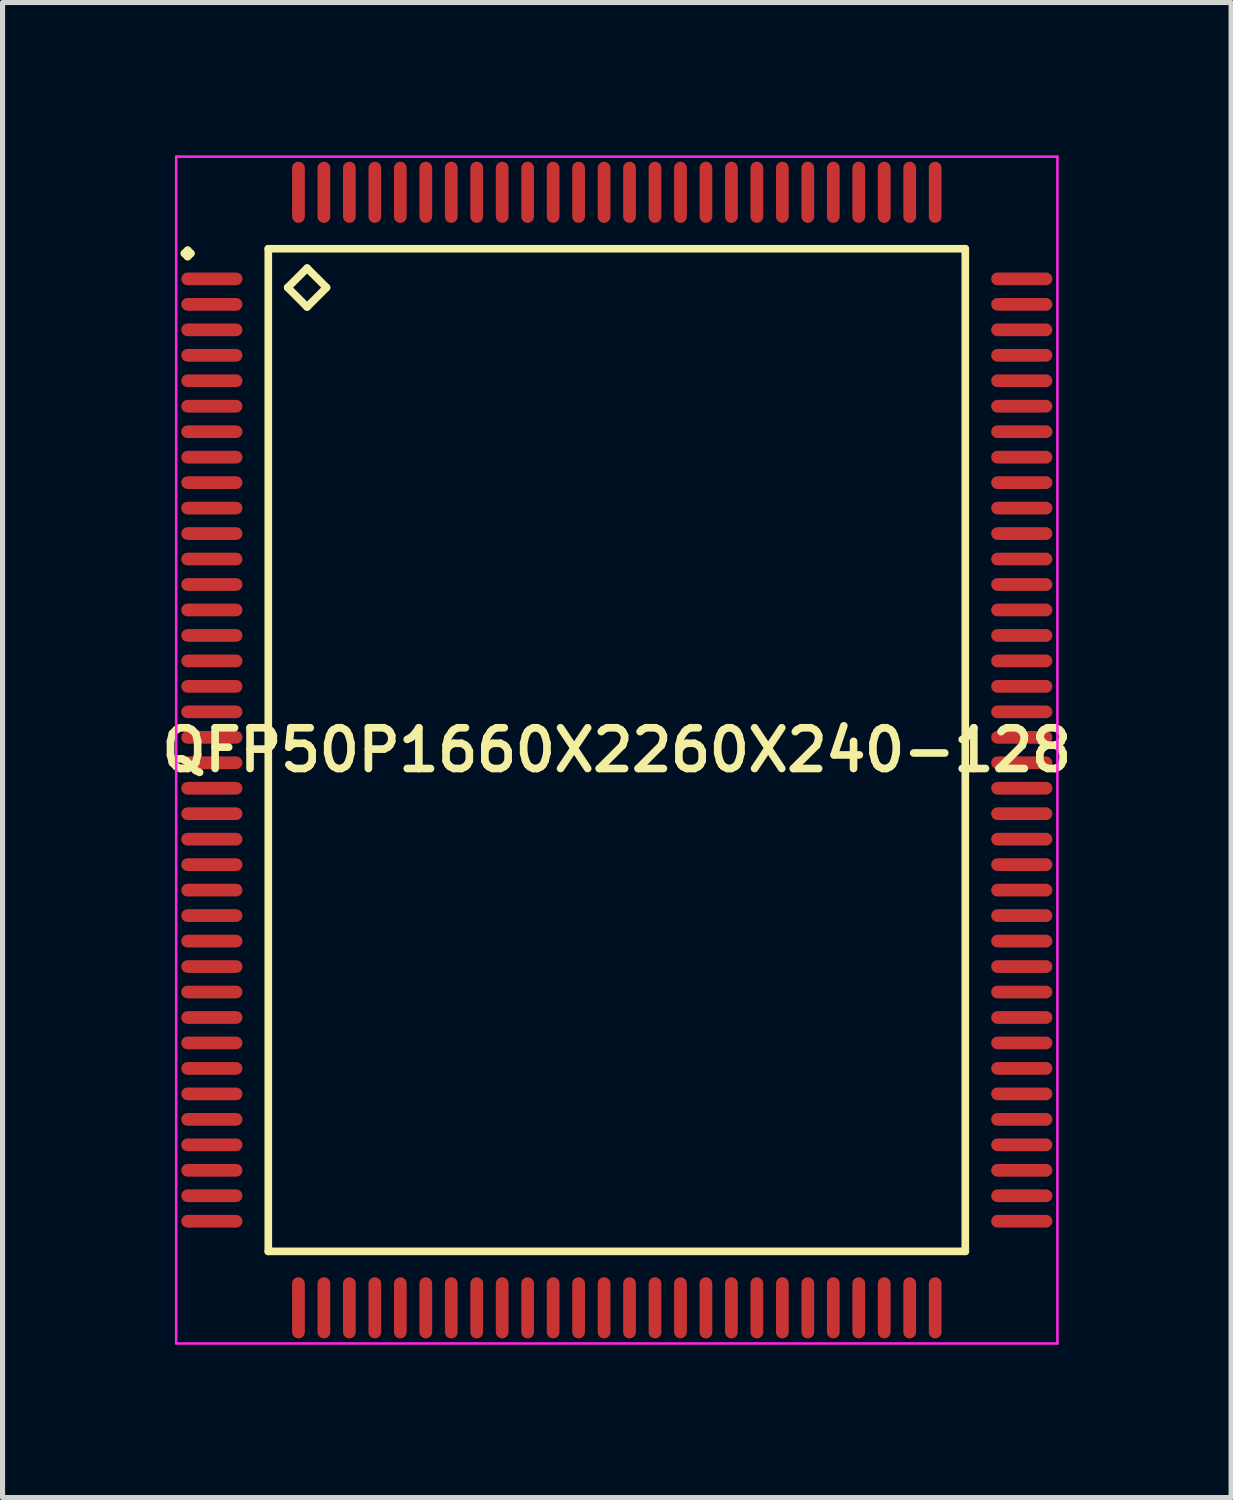
<source format=kicad_pcb>
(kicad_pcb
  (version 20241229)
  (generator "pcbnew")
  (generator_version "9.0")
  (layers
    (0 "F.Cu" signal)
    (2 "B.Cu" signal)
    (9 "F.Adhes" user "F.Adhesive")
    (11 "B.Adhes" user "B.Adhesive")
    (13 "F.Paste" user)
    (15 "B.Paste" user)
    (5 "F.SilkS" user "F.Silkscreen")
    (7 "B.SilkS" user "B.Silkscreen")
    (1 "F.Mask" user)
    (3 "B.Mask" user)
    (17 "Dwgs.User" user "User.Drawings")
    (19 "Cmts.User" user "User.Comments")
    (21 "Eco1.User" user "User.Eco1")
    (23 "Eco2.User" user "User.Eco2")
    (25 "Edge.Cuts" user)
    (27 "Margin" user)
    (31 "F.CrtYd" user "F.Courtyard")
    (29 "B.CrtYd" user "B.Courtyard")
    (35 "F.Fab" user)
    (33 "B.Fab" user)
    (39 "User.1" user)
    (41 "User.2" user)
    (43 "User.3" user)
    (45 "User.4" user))
  (footprint "QFP50P1660X2260X240-128"
    (layer "F.Cu")
    (at 9.059 11.675)
    (property "Reference" "QFP50P1660X2260X240-128" (at 0 0 0) (layer "F.SilkS") (effects (font (size 0.8 0.8) (thickness 0.15))))
    (attr smd)
    (fp_line (start -8.488 -9.75) (end -8.425 -9.812) (stroke (width 0.15) (type solid)) (layer "F.SilkS"))
    (fp_line (start -8.425 -9.812) (end -8.363 -9.75) (stroke (width 0.15) (type solid)) (layer "F.SilkS"))
    (fp_line (start -8.425 -9.688) (end -8.488 -9.75) (stroke (width 0.15) (type solid)) (layer "F.SilkS"))
    (fp_line (start -8.363 -9.75) (end -8.425 -9.688) (stroke (width 0.15) (type solid)) (layer "F.SilkS"))
    (fp_line (start -6.842 -9.842) (end -6.842 9.842) (stroke (width 0.15) (type solid)) (layer "F.SilkS"))
    (fp_line (start -6.842 9.842) (end 6.842 9.842) (stroke (width 0.15) (type solid)) (layer "F.SilkS"))
    (fp_line (start -6.461 -9.08) (end -6.08 -9.461) (stroke (width 0.15) (type solid)) (layer "F.SilkS"))
    (fp_line (start -6.08 -9.461) (end -5.699 -9.08) (stroke (width 0.15) (type solid)) (layer "F.SilkS"))
    (fp_line (start -6.08 -8.699) (end -6.461 -9.08) (stroke (width 0.15) (type solid)) (layer "F.SilkS"))
    (fp_line (start -5.699 -9.08) (end -6.08 -8.699) (stroke (width 0.15) (type solid)) (layer "F.SilkS"))
    (fp_line (start 6.842 -9.842) (end -6.842 -9.842) (stroke (width 0.15) (type solid)) (layer "F.SilkS"))
    (fp_line (start 6.842 9.842) (end 6.842 -9.842) (stroke (width 0.15) (type solid)) (layer "F.SilkS"))
    (fp_line (start -8.65 -11.65) (end 8.65 -11.65) (stroke (width 0.05) (type solid)) (layer "F.CrtYd"))
    (fp_line (start -8.65 11.65) (end -8.65 -11.65) (stroke (width 0.05) (type solid)) (layer "F.CrtYd"))
    (fp_line (start 8.65 -11.65) (end 8.65 11.65) (stroke (width 0.05) (type solid)) (layer "F.CrtYd"))
    (fp_line (start 8.65 11.65) (end -8.65 11.65) (stroke (width 0.05) (type solid)) (layer "F.CrtYd"))
    (pad "1" smd oval (at -7.95 -9.25) (size 1.2 0.25) (layers "F.Cu" "F.Mask" "F.Paste"))
    (pad "2" smd oval (at -7.95 -8.75) (size 1.2 0.25) (layers "F.Cu" "F.Mask" "F.Paste"))
    (pad "3" smd oval (at -7.95 -8.25) (size 1.2 0.25) (layers "F.Cu" "F.Mask" "F.Paste"))
    (pad "4" smd oval (at -7.95 -7.75) (size 1.2 0.25) (layers "F.Cu" "F.Mask" "F.Paste"))
    (pad "5" smd oval (at -7.95 -7.25) (size 1.2 0.25) (layers "F.Cu" "F.Mask" "F.Paste"))
    (pad "6" smd oval (at -7.95 -6.75) (size 1.2 0.25) (layers "F.Cu" "F.Mask" "F.Paste"))
    (pad "7" smd oval (at -7.95 -6.25) (size 1.2 0.25) (layers "F.Cu" "F.Mask" "F.Paste"))
    (pad "8" smd oval (at -7.95 -5.75) (size 1.2 0.25) (layers "F.Cu" "F.Mask" "F.Paste"))
    (pad "9" smd oval (at -7.95 -5.25) (size 1.2 0.25) (layers "F.Cu" "F.Mask" "F.Paste"))
    (pad "10" smd oval (at -7.95 -4.75) (size 1.2 0.25) (layers "F.Cu" "F.Mask" "F.Paste"))
    (pad "11" smd oval (at -7.95 -4.25) (size 1.2 0.25) (layers "F.Cu" "F.Mask" "F.Paste"))
    (pad "12" smd oval (at -7.95 -3.75) (size 1.2 0.25) (layers "F.Cu" "F.Mask" "F.Paste"))
    (pad "13" smd oval (at -7.95 -3.25) (size 1.2 0.25) (layers "F.Cu" "F.Mask" "F.Paste"))
    (pad "14" smd oval (at -7.95 -2.75) (size 1.2 0.25) (layers "F.Cu" "F.Mask" "F.Paste"))
    (pad "15" smd oval (at -7.95 -2.25) (size 1.2 0.25) (layers "F.Cu" "F.Mask" "F.Paste"))
    (pad "16" smd oval (at -7.95 -1.75) (size 1.2 0.25) (layers "F.Cu" "F.Mask" "F.Paste"))
    (pad "17" smd oval (at -7.95 -1.25) (size 1.2 0.25) (layers "F.Cu" "F.Mask" "F.Paste"))
    (pad "18" smd oval (at -7.95 -0.75) (size 1.2 0.25) (layers "F.Cu" "F.Mask" "F.Paste"))
    (pad "19" smd oval (at -7.95 -0.25) (size 1.2 0.25) (layers "F.Cu" "F.Mask" "F.Paste"))
    (pad "20" smd oval (at -7.95 0.25) (size 1.2 0.25) (layers "F.Cu" "F.Mask" "F.Paste"))
    (pad "21" smd oval (at -7.95 0.75) (size 1.2 0.25) (layers "F.Cu" "F.Mask" "F.Paste"))
    (pad "22" smd oval (at -7.95 1.25) (size 1.2 0.25) (layers "F.Cu" "F.Mask" "F.Paste"))
    (pad "23" smd oval (at -7.95 1.75) (size 1.2 0.25) (layers "F.Cu" "F.Mask" "F.Paste"))
    (pad "24" smd oval (at -7.95 2.25) (size 1.2 0.25) (layers "F.Cu" "F.Mask" "F.Paste"))
    (pad "25" smd oval (at -7.95 2.75) (size 1.2 0.25) (layers "F.Cu" "F.Mask" "F.Paste"))
    (pad "26" smd oval (at -7.95 3.25) (size 1.2 0.25) (layers "F.Cu" "F.Mask" "F.Paste"))
    (pad "27" smd oval (at -7.95 3.75) (size 1.2 0.25) (layers "F.Cu" "F.Mask" "F.Paste"))
    (pad "28" smd oval (at -7.95 4.25) (size 1.2 0.25) (layers "F.Cu" "F.Mask" "F.Paste"))
    (pad "29" smd oval (at -7.95 4.75) (size 1.2 0.25) (layers "F.Cu" "F.Mask" "F.Paste"))
    (pad "30" smd oval (at -7.95 5.25) (size 1.2 0.25) (layers "F.Cu" "F.Mask" "F.Paste"))
    (pad "31" smd oval (at -7.95 5.75) (size 1.2 0.25) (layers "F.Cu" "F.Mask" "F.Paste"))
    (pad "32" smd oval (at -7.95 6.25) (size 1.2 0.25) (layers "F.Cu" "F.Mask" "F.Paste"))
    (pad "33" smd oval (at -7.95 6.75) (size 1.2 0.25) (layers "F.Cu" "F.Mask" "F.Paste"))
    (pad "34" smd oval (at -7.95 7.25) (size 1.2 0.25) (layers "F.Cu" "F.Mask" "F.Paste"))
    (pad "35" smd oval (at -7.95 7.75) (size 1.2 0.25) (layers "F.Cu" "F.Mask" "F.Paste"))
    (pad "36" smd oval (at -7.95 8.25) (size 1.2 0.25) (layers "F.Cu" "F.Mask" "F.Paste"))
    (pad "37" smd oval (at -7.95 8.75) (size 1.2 0.25) (layers "F.Cu" "F.Mask" "F.Paste"))
    (pad "38" smd oval (at -7.95 9.25) (size 1.2 0.25) (layers "F.Cu" "F.Mask" "F.Paste"))
    (pad "39" smd oval (at -6.25 10.95) (size 0.25 1.2) (layers "F.Cu" "F.Mask" "F.Paste"))
    (pad "40" smd oval (at -5.75 10.95) (size 0.25 1.2) (layers "F.Cu" "F.Mask" "F.Paste"))
    (pad "41" smd oval (at -5.25 10.95) (size 0.25 1.2) (layers "F.Cu" "F.Mask" "F.Paste"))
    (pad "42" smd oval (at -4.75 10.95) (size 0.25 1.2) (layers "F.Cu" "F.Mask" "F.Paste"))
    (pad "43" smd oval (at -4.25 10.95) (size 0.25 1.2) (layers "F.Cu" "F.Mask" "F.Paste"))
    (pad "44" smd oval (at -3.75 10.95) (size 0.25 1.2) (layers "F.Cu" "F.Mask" "F.Paste"))
    (pad "45" smd oval (at -3.25 10.95) (size 0.25 1.2) (layers "F.Cu" "F.Mask" "F.Paste"))
    (pad "46" smd oval (at -2.75 10.95) (size 0.25 1.2) (layers "F.Cu" "F.Mask" "F.Paste"))
    (pad "47" smd oval (at -2.25 10.95) (size 0.25 1.2) (layers "F.Cu" "F.Mask" "F.Paste"))
    (pad "48" smd oval (at -1.75 10.95) (size 0.25 1.2) (layers "F.Cu" "F.Mask" "F.Paste"))
    (pad "49" smd oval (at -1.25 10.95) (size 0.25 1.2) (layers "F.Cu" "F.Mask" "F.Paste"))
    (pad "50" smd oval (at -0.75 10.95) (size 0.25 1.2) (layers "F.Cu" "F.Mask" "F.Paste"))
    (pad "51" smd oval (at -0.25 10.95) (size 0.25 1.2) (layers "F.Cu" "F.Mask" "F.Paste"))
    (pad "52" smd oval (at 0.25 10.95) (size 0.25 1.2) (layers "F.Cu" "F.Mask" "F.Paste"))
    (pad "53" smd oval (at 0.75 10.95) (size 0.25 1.2) (layers "F.Cu" "F.Mask" "F.Paste"))
    (pad "54" smd oval (at 1.25 10.95) (size 0.25 1.2) (layers "F.Cu" "F.Mask" "F.Paste"))
    (pad "55" smd oval (at 1.75 10.95) (size 0.25 1.2) (layers "F.Cu" "F.Mask" "F.Paste"))
    (pad "56" smd oval (at 2.25 10.95) (size 0.25 1.2) (layers "F.Cu" "F.Mask" "F.Paste"))
    (pad "57" smd oval (at 2.75 10.95) (size 0.25 1.2) (layers "F.Cu" "F.Mask" "F.Paste"))
    (pad "58" smd oval (at 3.25 10.95) (size 0.25 1.2) (layers "F.Cu" "F.Mask" "F.Paste"))
    (pad "59" smd oval (at 3.75 10.95) (size 0.25 1.2) (layers "F.Cu" "F.Mask" "F.Paste"))
    (pad "60" smd oval (at 4.25 10.95) (size 0.25 1.2) (layers "F.Cu" "F.Mask" "F.Paste"))
    (pad "61" smd oval (at 4.75 10.95) (size 0.25 1.2) (layers "F.Cu" "F.Mask" "F.Paste"))
    (pad "62" smd oval (at 5.25 10.95) (size 0.25 1.2) (layers "F.Cu" "F.Mask" "F.Paste"))
    (pad "63" smd oval (at 5.75 10.95) (size 0.25 1.2) (layers "F.Cu" "F.Mask" "F.Paste"))
    (pad "64" smd oval (at 6.25 10.95) (size 0.25 1.2) (layers "F.Cu" "F.Mask" "F.Paste"))
    (pad "65" smd oval (at 7.95 9.25) (size 1.2 0.25) (layers "F.Cu" "F.Mask" "F.Paste"))
    (pad "66" smd oval (at 7.95 8.75) (size 1.2 0.25) (layers "F.Cu" "F.Mask" "F.Paste"))
    (pad "67" smd oval (at 7.95 8.25) (size 1.2 0.25) (layers "F.Cu" "F.Mask" "F.Paste"))
    (pad "68" smd oval (at 7.95 7.75) (size 1.2 0.25) (layers "F.Cu" "F.Mask" "F.Paste"))
    (pad "69" smd oval (at 7.95 7.25) (size 1.2 0.25) (layers "F.Cu" "F.Mask" "F.Paste"))
    (pad "70" smd oval (at 7.95 6.75) (size 1.2 0.25) (layers "F.Cu" "F.Mask" "F.Paste"))
    (pad "71" smd oval (at 7.95 6.25) (size 1.2 0.25) (layers "F.Cu" "F.Mask" "F.Paste"))
    (pad "72" smd oval (at 7.95 5.75) (size 1.2 0.25) (layers "F.Cu" "F.Mask" "F.Paste"))
    (pad "73" smd oval (at 7.95 5.25) (size 1.2 0.25) (layers "F.Cu" "F.Mask" "F.Paste"))
    (pad "74" smd oval (at 7.95 4.75) (size 1.2 0.25) (layers "F.Cu" "F.Mask" "F.Paste"))
    (pad "75" smd oval (at 7.95 4.25) (size 1.2 0.25) (layers "F.Cu" "F.Mask" "F.Paste"))
    (pad "76" smd oval (at 7.95 3.75) (size 1.2 0.25) (layers "F.Cu" "F.Mask" "F.Paste"))
    (pad "77" smd oval (at 7.95 3.25) (size 1.2 0.25) (layers "F.Cu" "F.Mask" "F.Paste"))
    (pad "78" smd oval (at 7.95 2.75) (size 1.2 0.25) (layers "F.Cu" "F.Mask" "F.Paste"))
    (pad "79" smd oval (at 7.95 2.25) (size 1.2 0.25) (layers "F.Cu" "F.Mask" "F.Paste"))
    (pad "80" smd oval (at 7.95 1.75) (size 1.2 0.25) (layers "F.Cu" "F.Mask" "F.Paste"))
    (pad "81" smd oval (at 7.95 1.25) (size 1.2 0.25) (layers "F.Cu" "F.Mask" "F.Paste"))
    (pad "82" smd oval (at 7.95 0.75) (size 1.2 0.25) (layers "F.Cu" "F.Mask" "F.Paste"))
    (pad "83" smd oval (at 7.95 0.25) (size 1.2 0.25) (layers "F.Cu" "F.Mask" "F.Paste"))
    (pad "84" smd oval (at 7.95 -0.25) (size 1.2 0.25) (layers "F.Cu" "F.Mask" "F.Paste"))
    (pad "85" smd oval (at 7.95 -0.75) (size 1.2 0.25) (layers "F.Cu" "F.Mask" "F.Paste"))
    (pad "86" smd oval (at 7.95 -1.25) (size 1.2 0.25) (layers "F.Cu" "F.Mask" "F.Paste"))
    (pad "87" smd oval (at 7.95 -1.75) (size 1.2 0.25) (layers "F.Cu" "F.Mask" "F.Paste"))
    (pad "88" smd oval (at 7.95 -2.25) (size 1.2 0.25) (layers "F.Cu" "F.Mask" "F.Paste"))
    (pad "89" smd oval (at 7.95 -2.75) (size 1.2 0.25) (layers "F.Cu" "F.Mask" "F.Paste"))
    (pad "90" smd oval (at 7.95 -3.25) (size 1.2 0.25) (layers "F.Cu" "F.Mask" "F.Paste"))
    (pad "91" smd oval (at 7.95 -3.75) (size 1.2 0.25) (layers "F.Cu" "F.Mask" "F.Paste"))
    (pad "92" smd oval (at 7.95 -4.25) (size 1.2 0.25) (layers "F.Cu" "F.Mask" "F.Paste"))
    (pad "93" smd oval (at 7.95 -4.75) (size 1.2 0.25) (layers "F.Cu" "F.Mask" "F.Paste"))
    (pad "94" smd oval (at 7.95 -5.25) (size 1.2 0.25) (layers "F.Cu" "F.Mask" "F.Paste"))
    (pad "95" smd oval (at 7.95 -5.75) (size 1.2 0.25) (layers "F.Cu" "F.Mask" "F.Paste"))
    (pad "96" smd oval (at 7.95 -6.25) (size 1.2 0.25) (layers "F.Cu" "F.Mask" "F.Paste"))
    (pad "97" smd oval (at 7.95 -6.75) (size 1.2 0.25) (layers "F.Cu" "F.Mask" "F.Paste"))
    (pad "98" smd oval (at 7.95 -7.25) (size 1.2 0.25) (layers "F.Cu" "F.Mask" "F.Paste"))
    (pad "99" smd oval (at 7.95 -7.75) (size 1.2 0.25) (layers "F.Cu" "F.Mask" "F.Paste"))
    (pad "100" smd oval (at 7.95 -8.25) (size 1.2 0.25) (layers "F.Cu" "F.Mask" "F.Paste"))
    (pad "101" smd oval (at 7.95 -8.75) (size 1.2 0.25) (layers "F.Cu" "F.Mask" "F.Paste"))
    (pad "102" smd oval (at 7.95 -9.25) (size 1.2 0.25) (layers "F.Cu" "F.Mask" "F.Paste"))
    (pad "103" smd oval (at 6.25 -10.95) (size 0.25 1.2) (layers "F.Cu" "F.Mask" "F.Paste"))
    (pad "104" smd oval (at 5.75 -10.95) (size 0.25 1.2) (layers "F.Cu" "F.Mask" "F.Paste"))
    (pad "105" smd oval (at 5.25 -10.95) (size 0.25 1.2) (layers "F.Cu" "F.Mask" "F.Paste"))
    (pad "106" smd oval (at 4.75 -10.95) (size 0.25 1.2) (layers "F.Cu" "F.Mask" "F.Paste"))
    (pad "107" smd oval (at 4.25 -10.95) (size 0.25 1.2) (layers "F.Cu" "F.Mask" "F.Paste"))
    (pad "108" smd oval (at 3.75 -10.95) (size 0.25 1.2) (layers "F.Cu" "F.Mask" "F.Paste"))
    (pad "109" smd oval (at 3.25 -10.95) (size 0.25 1.2) (layers "F.Cu" "F.Mask" "F.Paste"))
    (pad "110" smd oval (at 2.75 -10.95) (size 0.25 1.2) (layers "F.Cu" "F.Mask" "F.Paste"))
    (pad "111" smd oval (at 2.25 -10.95) (size 0.25 1.2) (layers "F.Cu" "F.Mask" "F.Paste"))
    (pad "112" smd oval (at 1.75 -10.95) (size 0.25 1.2) (layers "F.Cu" "F.Mask" "F.Paste"))
    (pad "113" smd oval (at 1.25 -10.95) (size 0.25 1.2) (layers "F.Cu" "F.Mask" "F.Paste"))
    (pad "114" smd oval (at 0.75 -10.95) (size 0.25 1.2) (layers "F.Cu" "F.Mask" "F.Paste"))
    (pad "115" smd oval (at 0.25 -10.95) (size 0.25 1.2) (layers "F.Cu" "F.Mask" "F.Paste"))
    (pad "116" smd oval (at -0.25 -10.95) (size 0.25 1.2) (layers "F.Cu" "F.Mask" "F.Paste"))
    (pad "117" smd oval (at -0.75 -10.95) (size 0.25 1.2) (layers "F.Cu" "F.Mask" "F.Paste"))
    (pad "118" smd oval (at -1.25 -10.95) (size 0.25 1.2) (layers "F.Cu" "F.Mask" "F.Paste"))
    (pad "119" smd oval (at -1.75 -10.95) (size 0.25 1.2) (layers "F.Cu" "F.Mask" "F.Paste"))
    (pad "120" smd oval (at -2.25 -10.95) (size 0.25 1.2) (layers "F.Cu" "F.Mask" "F.Paste"))
    (pad "121" smd oval (at -2.75 -10.95) (size 0.25 1.2) (layers "F.Cu" "F.Mask" "F.Paste"))
    (pad "122" smd oval (at -3.25 -10.95) (size 0.25 1.2) (layers "F.Cu" "F.Mask" "F.Paste"))
    (pad "123" smd oval (at -3.75 -10.95) (size 0.25 1.2) (layers "F.Cu" "F.Mask" "F.Paste"))
    (pad "124" smd oval (at -4.25 -10.95) (size 0.25 1.2) (layers "F.Cu" "F.Mask" "F.Paste"))
    (pad "125" smd oval (at -4.75 -10.95) (size 0.25 1.2) (layers "F.Cu" "F.Mask" "F.Paste"))
    (pad "126" smd oval (at -5.25 -10.95) (size 0.25 1.2) (layers "F.Cu" "F.Mask" "F.Paste"))
    (pad "127" smd oval (at -5.75 -10.95) (size 0.25 1.2) (layers "F.Cu" "F.Mask" "F.Paste"))
    (pad "128" smd oval (at -6.25 -10.95) (size 0.25 1.2) (layers "F.Cu" "F.Mask" "F.Paste")))
  (gr_rect
    (start -3 -3)
    (end 21.119 26.35)
    (stroke (width 0.1) (type default))
    (fill no)
    (layer "Edge.Cuts")))
</source>
